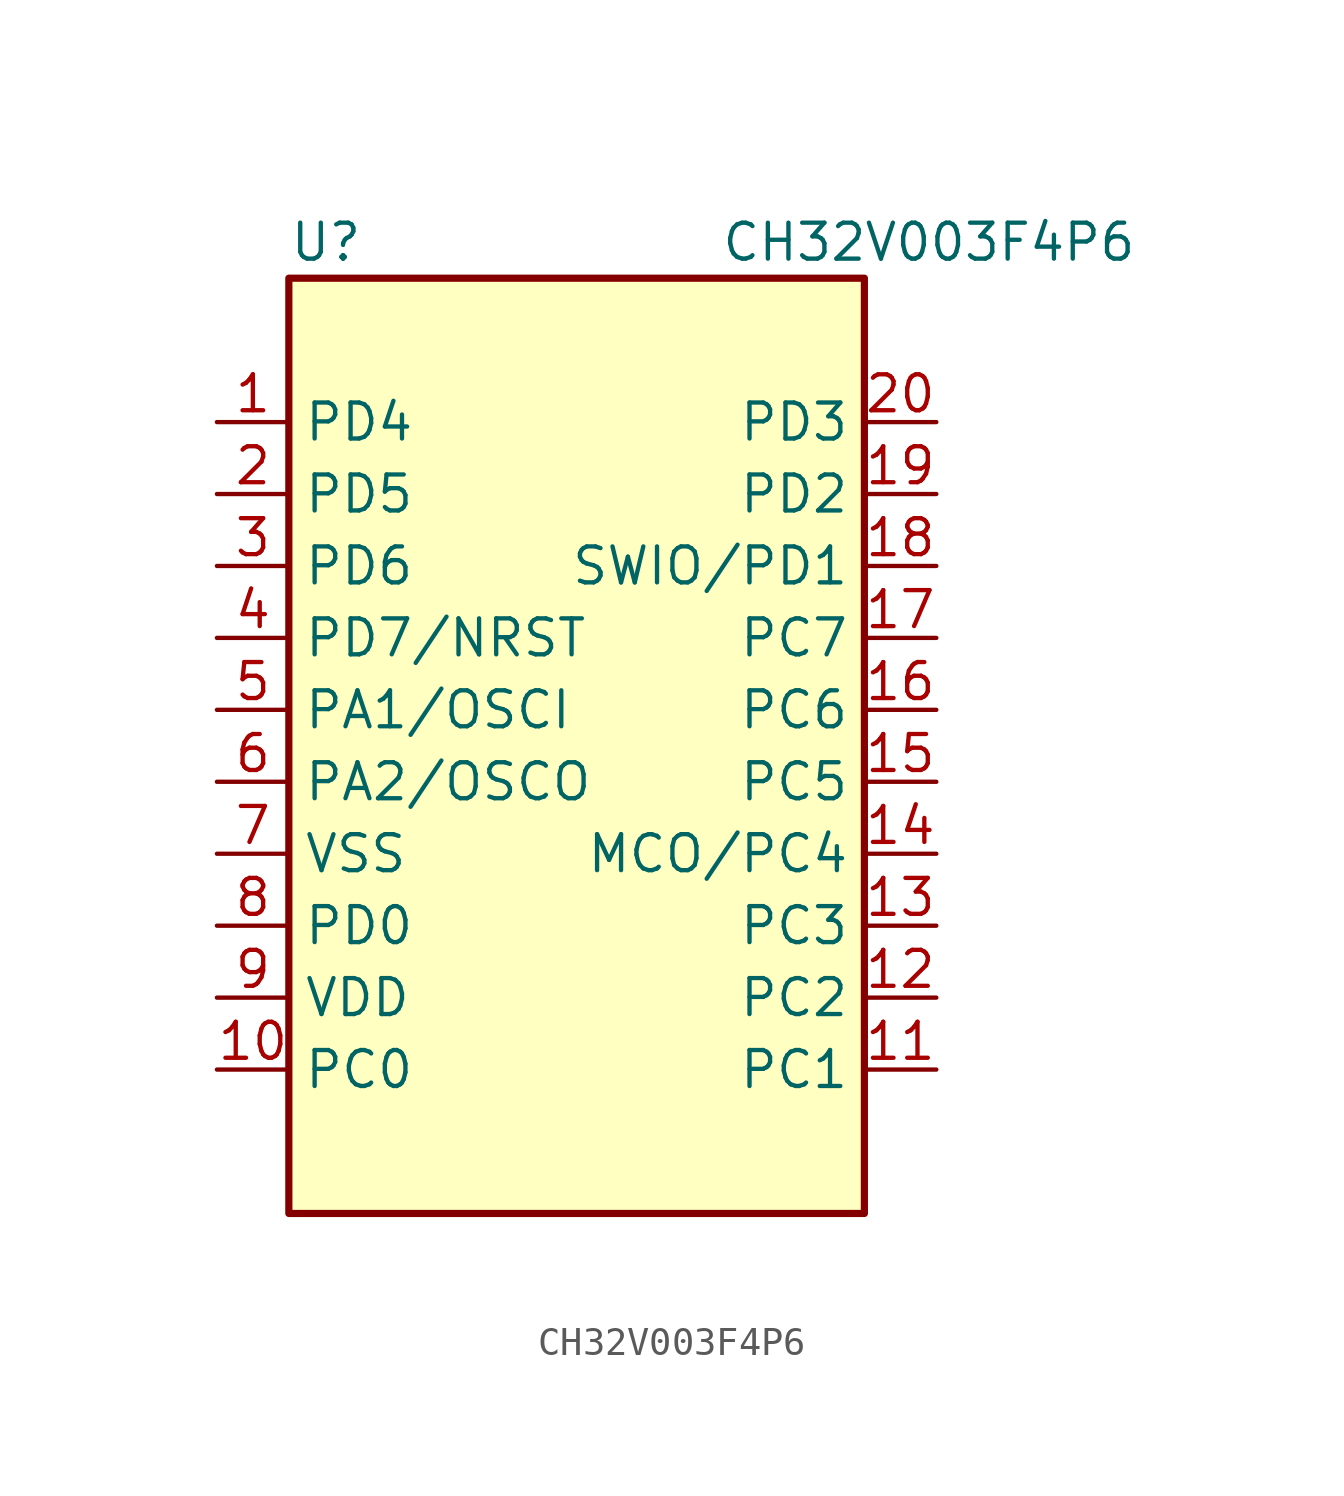
<source format=kicad_sym>
(kicad_symbol_lib
  (version 20211014)
  (generator kicad_symbol_editor)
  (symbol "CH32V003F4P6"
    (property "Reference" "U"
      (at -10.16 16.51 0)
      (effects (font (size 1.27 1.27)) (justify left)))
    (property "Value" "CH32V003F4P6"
      (at 5.08 16.51 0)
      (effects (font (size 1.27 1.27)) (justify left)))
    (symbol "CH32V003F4P6_0_1"
      (rectangle (start -10.16 15.24) (end 10.16 -17.78) (stroke (width 0.254) (type default) (color 0 0 0 0)) (fill (type background))))
    (symbol "CH32V003F4P6_1_1"
      (pin bidirectional line (at -12.7 10.16 0) (length 2.54) (name "PD4" (effects (font (size 1.27 1.27)))) (number "1" (effects (font (size 1.27 1.27)))))
      (pin bidirectional line (at -12.7 -12.7 0) (length 2.54) (name "PC0" (effects (font (size 1.27 1.27)))) (number "10" (effects (font (size 1.27 1.27)))))
      (pin bidirectional line (at 12.7 -12.7 180) (length 2.54) (name "PC1" (effects (font (size 1.27 1.27)))) (number "11" (effects (font (size 1.27 1.27)))))
      (pin bidirectional line (at 12.7 -10.16 180) (length 2.54) (name "PC2" (effects (font (size 1.27 1.27)))) (number "12" (effects (font (size 1.27 1.27)))))
      (pin bidirectional line (at 12.7 -7.62 180) (length 2.54) (name "PC3" (effects (font (size 1.27 1.27)))) (number "13" (effects (font (size 1.27 1.27)))))
      (pin bidirectional line (at 12.7 -5.08 180) (length 2.54) (name "MCO/PC4" (effects (font (size 1.27 1.27)))) (number "14" (effects (font (size 1.27 1.27)))))
      (pin bidirectional line (at 12.7 -2.54 180) (length 2.54) (name "PC5" (effects (font (size 1.27 1.27)))) (number "15" (effects (font (size 1.27 1.27)))))
      (pin bidirectional line (at 12.7 0 180) (length 2.54) (name "PC6" (effects (font (size 1.27 1.27)))) (number "16" (effects (font (size 1.27 1.27)))))
      (pin bidirectional line (at 12.7 2.54 180) (length 2.54) (name "PC7" (effects (font (size 1.27 1.27)))) (number "17" (effects (font (size 1.27 1.27)))))
      (pin bidirectional line (at 12.7 5.08 180) (length 2.54) (name "SWIO/PD1" (effects (font (size 1.27 1.27)))) (number "18" (effects (font (size 1.27 1.27)))))
      (pin bidirectional line (at 12.7 7.62 180) (length 2.54) (name "PD2" (effects (font (size 1.27 1.27)))) (number "19" (effects (font (size 1.27 1.27)))))
      (pin bidirectional line (at -12.7 7.62 0) (length 2.54) (name "PD5" (effects (font (size 1.27 1.27)))) (number "2" (effects (font (size 1.27 1.27)))))
      (pin bidirectional line (at 12.7 10.16 180) (length 2.54) (name "PD3" (effects (font (size 1.27 1.27)))) (number "20" (effects (font (size 1.27 1.27)))))
      (pin bidirectional line (at -12.7 5.08 0) (length 2.54) (name "PD6" (effects (font (size 1.27 1.27)))) (number "3" (effects (font (size 1.27 1.27)))))
      (pin bidirectional line (at -12.7 2.54 0) (length 2.54) (name "PD7/NRST" (effects (font (size 1.27 1.27)))) (number "4" (effects (font (size 1.27 1.27)))))
      (pin bidirectional line (at -12.7 0 0) (length 2.54) (name "PA1/OSCI" (effects (font (size 1.27 1.27)))) (number "5" (effects (font (size 1.27 1.27)))))
      (pin bidirectional line (at -12.7 -2.54 0) (length 2.54) (name "PA2/OSCO" (effects (font (size 1.27 1.27)))) (number "6" (effects (font (size 1.27 1.27)))))
      (pin power_in line (at -12.7 -5.08 0) (length 2.54) (name "VSS" (effects (font (size 1.27 1.27)))) (number "7" (effects (font (size 1.27 1.27)))))
      (pin bidirectional line (at -12.7 -7.62 0) (length 2.54) (name "PD0" (effects (font (size 1.27 1.27)))) (number "8" (effects (font (size 1.27 1.27)))))
      (pin power_in line (at -12.7 -10.16 0) (length 2.54) (name "VDD" (effects (font (size 1.27 1.27)))) (number "9" (effects (font (size 1.27 1.27))))))))
</source>
